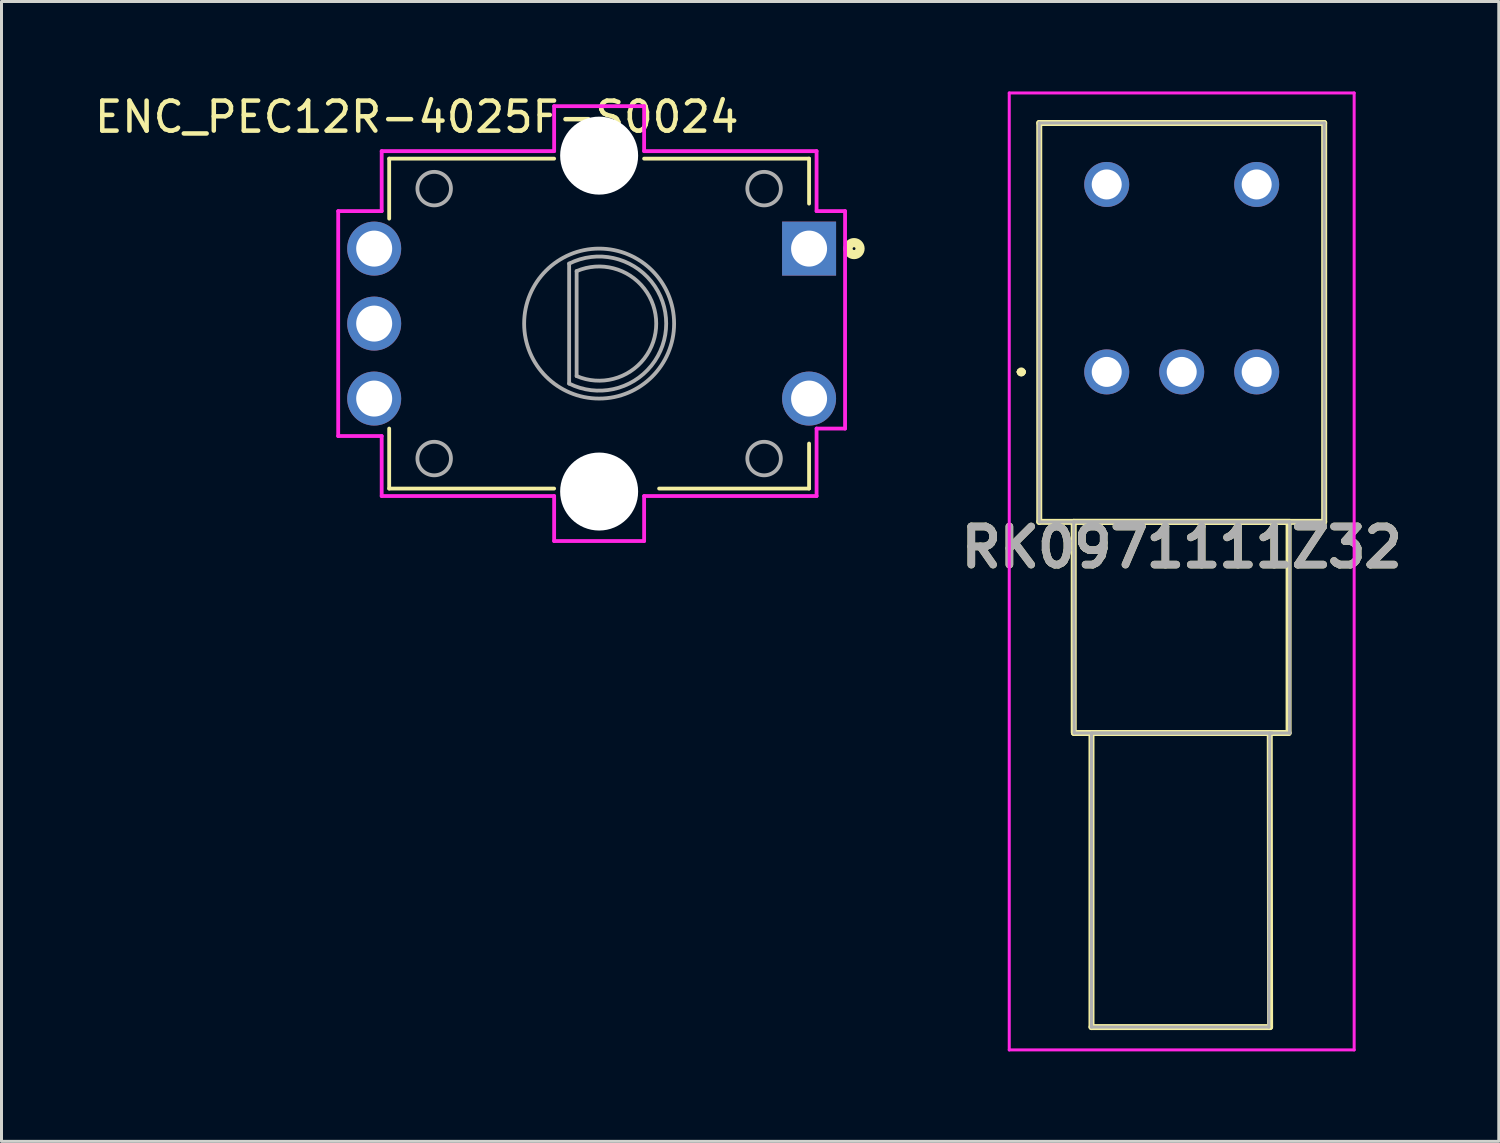
<source format=kicad_pcb>
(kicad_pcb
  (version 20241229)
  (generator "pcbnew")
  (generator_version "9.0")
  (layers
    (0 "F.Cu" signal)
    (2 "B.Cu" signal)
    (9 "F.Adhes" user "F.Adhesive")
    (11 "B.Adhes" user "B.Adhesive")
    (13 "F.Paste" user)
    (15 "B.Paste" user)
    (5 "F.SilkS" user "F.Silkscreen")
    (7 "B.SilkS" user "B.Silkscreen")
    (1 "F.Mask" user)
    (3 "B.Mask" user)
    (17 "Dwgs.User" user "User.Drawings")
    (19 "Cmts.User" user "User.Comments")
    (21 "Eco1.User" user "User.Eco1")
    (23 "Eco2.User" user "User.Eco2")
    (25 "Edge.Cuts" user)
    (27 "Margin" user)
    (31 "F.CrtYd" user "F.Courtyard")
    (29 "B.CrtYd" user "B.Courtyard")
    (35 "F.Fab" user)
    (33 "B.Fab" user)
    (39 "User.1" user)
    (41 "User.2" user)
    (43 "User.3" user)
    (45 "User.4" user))
  (footprint "ENC_PEC12R-4025F-S0024"
    (layer "F.Cu")
    (at 16.926 7.739)
    (property "Reference" "ENC_PEC12R-4025F-S0024" (at -6.079 -6.89 0) (layer "F.SilkS") (effects (font (size 1.001 1.001) (thickness 0.15))))
    (attr through_hole)
    (fp_line (start -7 -5.5) (end -7 -3.5) (stroke (width 0.127) (type solid)) (layer "F.SilkS"))
    (fp_line (start -7 5.5) (end -7 3.5) (stroke (width 0.127) (type solid)) (layer "F.SilkS"))
    (fp_line (start -1.5 -5.5) (end -7 -5.5) (stroke (width 0.127) (type solid)) (layer "F.SilkS"))
    (fp_line (start -1.5 5.5) (end -7 5.5) (stroke (width 0.127) (type solid)) (layer "F.SilkS"))
    (fp_line (start 7 -5.5) (end 1.5 -5.5) (stroke (width 0.127) (type solid)) (layer "F.SilkS"))
    (fp_line (start 7 -4) (end 7 -5.5) (stroke (width 0.127) (type solid)) (layer "F.SilkS"))
    (fp_line (start 7 4) (end 7 5.5) (stroke (width 0.127) (type solid)) (layer "F.SilkS"))
    (fp_line (start 7 5.5) (end 2 5.5) (stroke (width 0.127) (type solid)) (layer "F.SilkS"))
    (fp_circle (center 8.5 -2.5) (end 8.7 -2.5) (stroke (width 0.305) (type solid)) (fill no) (layer "F.SilkS"))
    (fp_line (start -8.7 -3.75) (end -8.7 3.75) (stroke (width 0.127) (type solid)) (layer "F.CrtYd"))
    (fp_line (start -8.7 3.75) (end -7.25 3.75) (stroke (width 0.127) (type solid)) (layer "F.CrtYd"))
    (fp_line (start -7.25 -5.75) (end -7.25 -3.75) (stroke (width 0.127) (type solid)) (layer "F.CrtYd"))
    (fp_line (start -7.25 -3.75) (end -8.7 -3.75) (stroke (width 0.127) (type solid)) (layer "F.CrtYd"))
    (fp_line (start -7.25 3.75) (end -7.25 5.75) (stroke (width 0.127) (type solid)) (layer "F.CrtYd"))
    (fp_line (start -7.25 5.75) (end -1.5 5.75) (stroke (width 0.127) (type solid)) (layer "F.CrtYd"))
    (fp_line (start -1.5 -7.25) (end -1.5 -5.75) (stroke (width 0.127) (type solid)) (layer "F.CrtYd"))
    (fp_line (start -1.5 -5.75) (end -7.25 -5.75) (stroke (width 0.127) (type solid)) (layer "F.CrtYd"))
    (fp_line (start -1.5 5.75) (end -1.5 7.25) (stroke (width 0.127) (type solid)) (layer "F.CrtYd"))
    (fp_line (start -1.5 7.25) (end 1.5 7.25) (stroke (width 0.127) (type solid)) (layer "F.CrtYd"))
    (fp_line (start 1.5 -7.25) (end -1.5 -7.25) (stroke (width 0.127) (type solid)) (layer "F.CrtYd"))
    (fp_line (start 1.5 -5.75) (end 1.5 -7.25) (stroke (width 0.127) (type solid)) (layer "F.CrtYd"))
    (fp_line (start 1.5 5.75) (end 7.25 5.75) (stroke (width 0.127) (type solid)) (layer "F.CrtYd"))
    (fp_line (start 1.5 7.25) (end 1.5 5.75) (stroke (width 0.127) (type solid)) (layer "F.CrtYd"))
    (fp_line (start 7.25 -5.75) (end 1.5 -5.75) (stroke (width 0.127) (type solid)) (layer "F.CrtYd"))
    (fp_line (start 7.25 -3.75) (end 7.25 -5.75) (stroke (width 0.127) (type solid)) (layer "F.CrtYd"))
    (fp_line (start 7.25 3.5) (end 8.2 3.5) (stroke (width 0.127) (type solid)) (layer "F.CrtYd"))
    (fp_line (start 7.25 5.75) (end 7.25 3.5) (stroke (width 0.127) (type solid)) (layer "F.CrtYd"))
    (fp_line (start 8.2 -3.75) (end 7.25 -3.75) (stroke (width 0.127) (type solid)) (layer "F.CrtYd"))
    (fp_line (start 8.2 3.5) (end 8.2 -3.75) (stroke (width 0.127) (type solid)) (layer "F.CrtYd"))
    (fp_line (start -1 -2) (end -1 2) (stroke (width 0.127) (type solid)) (layer "F.Fab"))
    (fp_line (start -0.75 -1.75) (end -0.75 1.75) (stroke (width 0.127) (type solid)) (layer "F.Fab"))
    (fp_arc (start -1 -2) (mid 2.236065 0) (end -1 2) (stroke (width 0.127) (type solid)) (layer "F.Fab"))
    (fp_arc (start -0.75 -1.75) (mid 1.903939 0) (end -0.75 1.75) (stroke (width 0.127) (type solid)) (layer "F.Fab"))
    (fp_circle (center -5.5 -4.5) (end -4.941 -4.5) (stroke (width 0.127) (type solid)) (fill no) (layer "F.Fab"))
    (fp_circle (center -5.5 4.5) (end -4.941 4.5) (stroke (width 0.127) (type solid)) (fill no) (layer "F.Fab"))
    (fp_circle (center 0 0) (end 2.5 0) (stroke (width 0.127) (type solid)) (fill no) (layer "F.Fab"))
    (fp_circle (center 5.5 -4.5) (end 6.059 -4.5) (stroke (width 0.127) (type solid)) (fill no) (layer "F.Fab"))
    (fp_circle (center 5.5 4.5) (end 6.059 4.5) (stroke (width 0.127) (type solid)) (fill no) (layer "F.Fab"))
    (pad "" np_thru_hole circle (at 0 -5.6) (size 2.6 2.6) (drill 2.6) (layers "*.Cu" "*.Mask"))
    (pad "" np_thru_hole circle (at 0 5.6) (size 2.6 2.6) (drill 2.6) (layers "*.Cu" "*.Mask"))
    (pad "1" thru_hole rect (at 7 -2.5) (size 1.8 1.8) (drill 1.2) (layers "*.Cu" "*.Mask"))
    (pad "2" thru_hole circle (at 7 2.5) (size 1.8 1.8) (drill 1.2) (layers "*.Cu" "*.Mask"))
    (pad "A" thru_hole circle (at -7.5 -2.5) (size 1.8 1.8) (drill 1.2) (layers "*.Cu" "*.Mask"))
    (pad "B" thru_hole circle (at -7.5 2.5) (size 1.8 1.8) (drill 1.2) (layers "*.Cu" "*.Mask"))
    (pad "C" thru_hole circle (at -7.5 0) (size 1.8 1.8) (drill 1.2) (layers "*.Cu" "*.Mask")))
  (footprint "RK0971111Z32"
    (layer "F.Cu")
    (at 33.85 9.35)
    (property "Reference" "RK0971111Z32" (at 2.5 5.85 0) (layer "F.SilkS") (effects (font (size 1.27 1.27) (thickness 0.254))))
    (attr through_hole)
    (fp_line (start -2.9 0) (end -2.9 0) (stroke (width 0.2) (type solid)) (layer "F.SilkS"))
    (fp_line (start -2.9 0) (end -2.9 0) (stroke (width 0.2) (type solid)) (layer "F.SilkS"))
    (fp_line (start -2.8 0) (end -2.8 0) (stroke (width 0.2) (type solid)) (layer "F.SilkS"))
    (fp_line (start -2.25 -8.3) (end 7.25 -8.3) (stroke (width 0.2) (type solid)) (layer "F.SilkS"))
    (fp_line (start -2.25 5) (end -2.25 -8.3) (stroke (width 0.2) (type solid)) (layer "F.SilkS"))
    (fp_line (start -1.1 5) (end 6.1 5) (stroke (width 0.2) (type solid)) (layer "F.SilkS"))
    (fp_line (start -1.1 12.014) (end -1.1 5) (stroke (width 0.2) (type solid)) (layer "F.SilkS"))
    (fp_line (start -1.092 12.04) (end 5.5 12.04) (stroke (width 0.2) (type solid)) (layer "F.SilkS"))
    (fp_line (start -0.508 21.844) (end -0.508 12.04) (stroke (width 0.2) (type solid)) (layer "F.SilkS"))
    (fp_line (start 5.436 12.04) (end 5.447 21.844) (stroke (width 0.2) (type solid)) (layer "F.SilkS"))
    (fp_line (start 5.447 21.844) (end -0.508 21.844) (stroke (width 0.2) (type solid)) (layer "F.SilkS"))
    (fp_line (start 6.064 5.029) (end 6.064 12.04) (stroke (width 0.2) (type solid)) (layer "F.SilkS"))
    (fp_line (start 6.064 12.04) (end -1.092 12.04) (stroke (width 0.2) (type solid)) (layer "F.SilkS"))
    (fp_line (start 7.25 -8.3) (end 7.25 5) (stroke (width 0.2) (type solid)) (layer "F.SilkS"))
    (fp_line (start 7.25 5) (end -2.25 5) (stroke (width 0.2) (type solid)) (layer "F.SilkS"))
    (fp_arc (start -2.9 0) (mid -2.85 -0.05) (end -2.8 0) (stroke (width 0.2) (type solid)) (layer "F.SilkS"))
    (fp_arc (start -2.8 0) (mid -2.85 0.05) (end -2.9 0) (stroke (width 0.2) (type solid)) (layer "F.SilkS"))
    (fp_arc (start -2.8 0) (mid -2.85 0.05) (end -2.9 0) (stroke (width 0.2) (type solid)) (layer "F.SilkS"))
    (fp_line (start -3.25 -9.3) (end 8.25 -9.3) (stroke (width 0.1) (type solid)) (layer "F.CrtYd"))
    (fp_line (start -3.25 22.606) (end -3.25 -9.3) (stroke (width 0.1) (type solid)) (layer "F.CrtYd"))
    (fp_line (start 8.25 -9.3) (end 8.25 22.606) (stroke (width 0.1) (type solid)) (layer "F.CrtYd"))
    (fp_line (start 8.25 22.606) (end -3.25 22.606) (stroke (width 0.1) (type solid)) (layer "F.CrtYd"))
    (fp_line (start -2.25 -8.3) (end -2.25 5) (stroke (width 0.1) (type solid)) (layer "F.Fab"))
    (fp_line (start -2.25 5) (end 7.25 5) (stroke (width 0.1) (type solid)) (layer "F.Fab"))
    (fp_line (start -1.1 5) (end 6.1 5) (stroke (width 0.1) (type solid)) (layer "F.Fab"))
    (fp_line (start -1.085 12.04) (end -1.1 5) (stroke (width 0.1) (type solid)) (layer "F.Fab"))
    (fp_line (start -0.508 21.844) (end -0.508 12.04) (stroke (width 0.1) (type solid)) (layer "F.Fab"))
    (fp_line (start -0.485 12.04) (end 5.515 12.04) (stroke (width 0.1) (type solid)) (layer "F.Fab"))
    (fp_line (start 5.407 21.844) (end -0.508 21.844) (stroke (width 0.1) (type solid)) (layer "F.Fab"))
    (fp_line (start 5.436 12.04) (end 5.407 21.844) (stroke (width 0.1) (type solid)) (layer "F.Fab"))
    (fp_line (start 6.1 5) (end 6.096 12.04) (stroke (width 0.1) (type solid)) (layer "F.Fab"))
    (fp_line (start 6.115 12.04) (end -1.085 12.04) (stroke (width 0.1) (type solid)) (layer "F.Fab"))
    (fp_line (start 7.25 -8.3) (end -2.25 -8.3) (stroke (width 0.1) (type solid)) (layer "F.Fab"))
    (fp_line (start 7.25 5) (end 7.25 -8.3) (stroke (width 0.1) (type solid)) (layer "F.Fab"))
    (fp_text user "${REFERENCE}" (at 2.5 5.85 0) (layer "F.Fab") (effects (font (size 1.27 1.27) (thickness 0.254))))
    (pad "R11" thru_hole circle (at 0 0) (size 1.5 1.5) (drill 1) (layers "*.Cu" "*.Mask"))
    (pad "R12" thru_hole circle (at 2.5 0) (size 1.5 1.5) (drill 1) (layers "*.Cu" "*.Mask"))
    (pad "R13" thru_hole circle (at 5 0) (size 1.5 1.5) (drill 1) (layers "*.Cu" "*.Mask"))
    (pad "S1" thru_hole circle (at 0 -6.25) (size 1.5 1.5) (drill 1) (layers "*.Cu" "*.Mask"))
    (pad "S2" thru_hole circle (at 5 -6.25) (size 1.5 1.5) (drill 1) (layers "*.Cu" "*.Mask")))
  (gr_rect
    (start -3 -3)
    (end 46.922 35.006)
    (stroke (width 0.1) (type default))
    (fill no)
    (layer "Edge.Cuts")))
</source>
